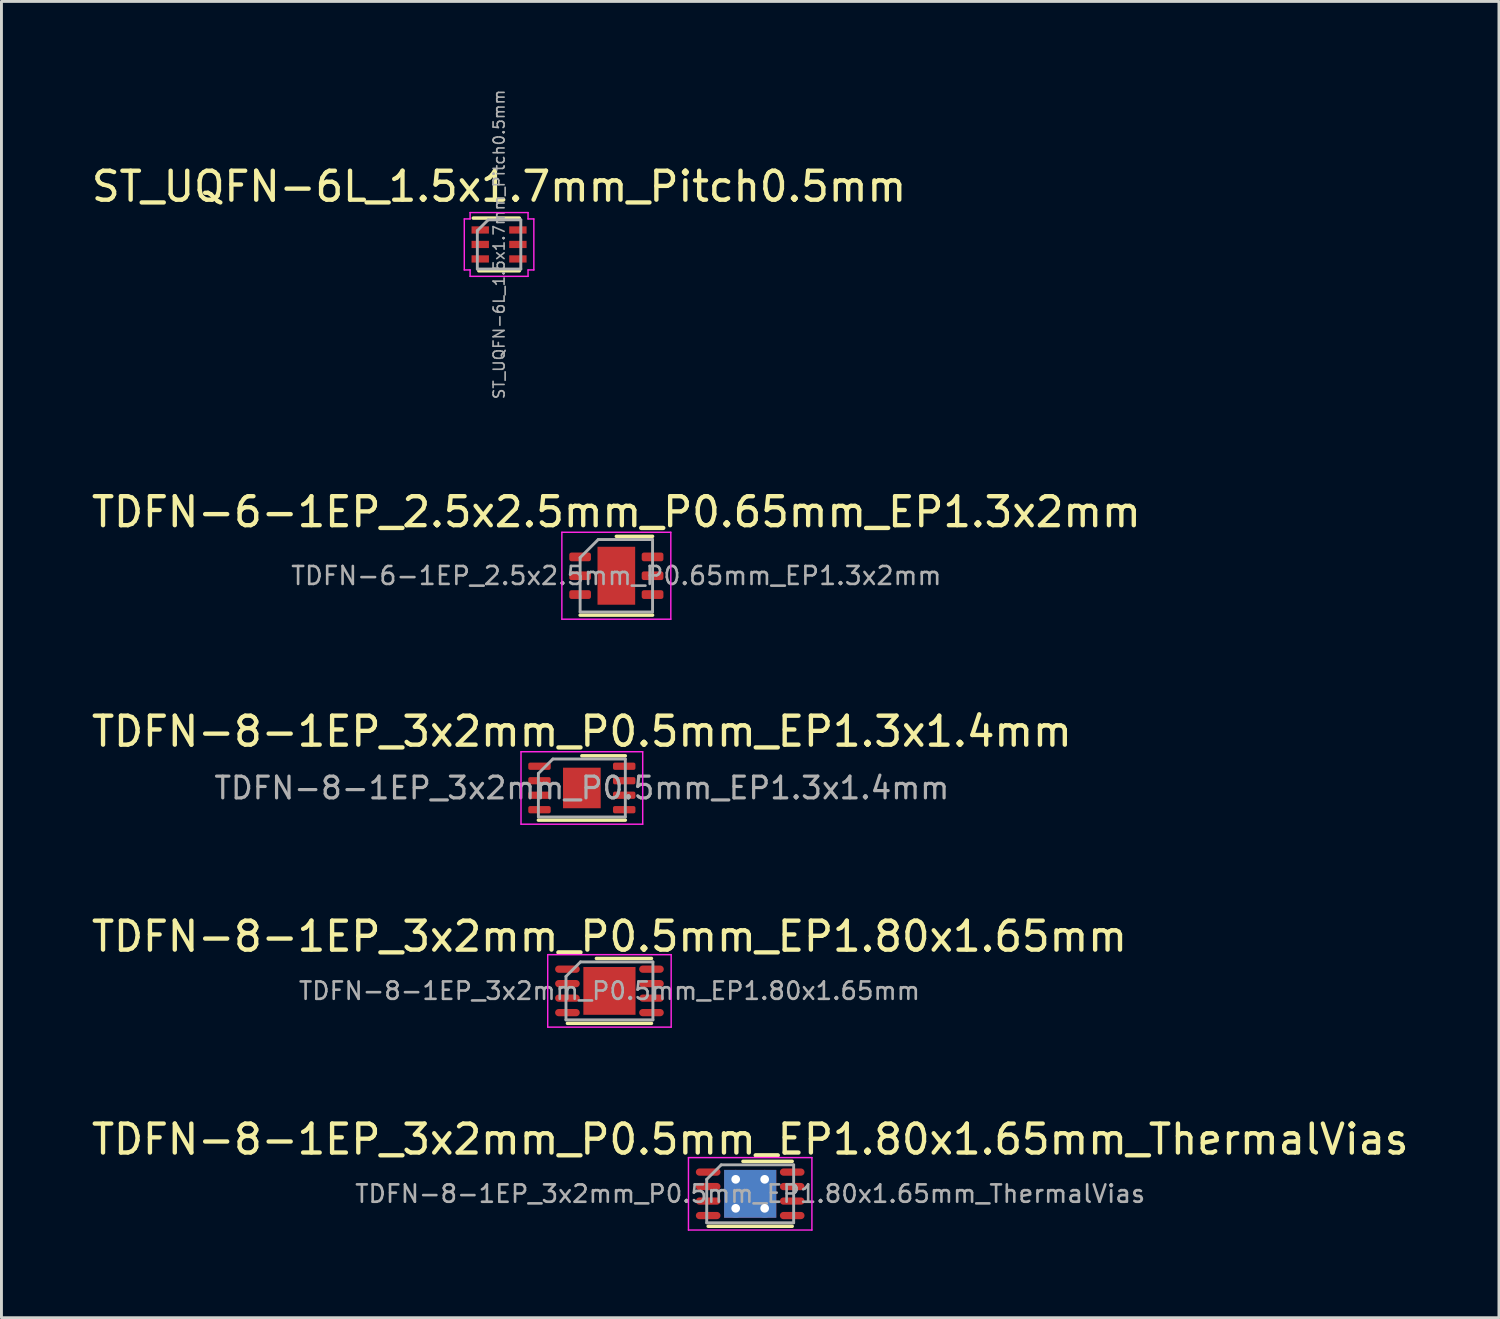
<source format=kicad_pcb>
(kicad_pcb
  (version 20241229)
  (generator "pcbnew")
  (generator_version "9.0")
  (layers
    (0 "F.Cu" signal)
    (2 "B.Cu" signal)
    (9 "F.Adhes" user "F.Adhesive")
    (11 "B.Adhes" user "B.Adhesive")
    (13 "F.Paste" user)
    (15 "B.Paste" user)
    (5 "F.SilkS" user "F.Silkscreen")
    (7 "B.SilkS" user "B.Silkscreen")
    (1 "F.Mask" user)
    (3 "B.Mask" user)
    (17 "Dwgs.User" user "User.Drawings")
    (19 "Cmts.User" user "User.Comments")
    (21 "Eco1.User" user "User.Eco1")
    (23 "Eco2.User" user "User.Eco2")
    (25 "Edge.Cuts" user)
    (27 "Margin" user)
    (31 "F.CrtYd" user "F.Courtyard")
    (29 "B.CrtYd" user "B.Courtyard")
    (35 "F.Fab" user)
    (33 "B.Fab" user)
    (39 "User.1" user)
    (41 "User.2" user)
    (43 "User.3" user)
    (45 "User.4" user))
  (footprint "TDFN-6-1EP_2.5x2.5mm_P0.65mm_EP1.3x2mm"
    (layer "F.Cu")
    (at 18.22 16.819)
    (property "Reference" "TDFN-6-1EP_2.5x2.5mm_P0.65mm_EP1.3x2mm" (at 0 -2.2 0) (layer "F.SilkS") (effects (font (size 1 1) (thickness 0.15))))
    (attr smd)
    (fp_line (start -1.25 1.36) (end 1.25 1.36) (stroke (width 0.12) (type solid)) (layer "F.SilkS"))
    (fp_line (start 0 -1.36) (end 1.25 -1.36) (stroke (width 0.12) (type solid)) (layer "F.SilkS"))
    (fp_line (start -1.88 -1.5) (end -1.88 1.5) (stroke (width 0.05) (type solid)) (layer "F.CrtYd"))
    (fp_line (start -1.88 1.5) (end 1.88 1.5) (stroke (width 0.05) (type solid)) (layer "F.CrtYd"))
    (fp_line (start 1.88 -1.5) (end -1.88 -1.5) (stroke (width 0.05) (type solid)) (layer "F.CrtYd"))
    (fp_line (start 1.88 1.5) (end 1.88 -1.5) (stroke (width 0.05) (type solid)) (layer "F.CrtYd"))
    (fp_line (start -1.25 -0.625) (end -0.625 -1.25) (stroke (width 0.1) (type solid)) (layer "F.Fab"))
    (fp_line (start -1.25 1.25) (end -1.25 -0.625) (stroke (width 0.1) (type solid)) (layer "F.Fab"))
    (fp_line (start -0.625 -1.25) (end 1.25 -1.25) (stroke (width 0.1) (type solid)) (layer "F.Fab"))
    (fp_line (start 1.25 -1.25) (end 1.25 1.25) (stroke (width 0.1) (type solid)) (layer "F.Fab"))
    (fp_line (start 1.25 1.25) (end -1.25 1.25) (stroke (width 0.1) (type solid)) (layer "F.Fab"))
    (fp_text user "${REFERENCE}" (at 0 0 0) (layer "F.Fab") (effects (font (size 0.62 0.62) (thickness 0.09))))
    (pad "" smd roundrect (at -0.325 -0.5) (size 0.52 0.81) (layers "F.Paste") (roundrect_rratio 0.25))
    (pad "" smd roundrect (at -0.325 0.5) (size 0.52 0.81) (layers "F.Paste") (roundrect_rratio 0.25))
    (pad "" smd roundrect (at 0.325 -0.5) (size 0.52 0.81) (layers "F.Paste") (roundrect_rratio 0.25))
    (pad "" smd roundrect (at 0.325 0.5) (size 0.52 0.81) (layers "F.Paste") (roundrect_rratio 0.25))
    (pad "1" smd roundrect (at -1.25 -0.65) (size 0.75 0.3) (layers "F.Cu" "F.Mask" "F.Paste") (roundrect_rratio 0.25))
    (pad "2" smd roundrect (at -1.25 0) (size 0.75 0.3) (layers "F.Cu" "F.Mask" "F.Paste") (roundrect_rratio 0.25))
    (pad "3" smd roundrect (at -1.25 0.65) (size 0.75 0.3) (layers "F.Cu" "F.Mask" "F.Paste") (roundrect_rratio 0.25))
    (pad "4" smd roundrect (at 1.25 0.65) (size 0.75 0.3) (layers "F.Cu" "F.Mask" "F.Paste") (roundrect_rratio 0.25))
    (pad "5" smd roundrect (at 1.25 0) (size 0.75 0.3) (layers "F.Cu" "F.Mask" "F.Paste") (roundrect_rratio 0.25))
    (pad "6" smd roundrect (at 1.25 -0.65) (size 0.75 0.3) (layers "F.Cu" "F.Mask" "F.Paste") (roundrect_rratio 0.25))
    (pad "7" smd rect (at 0 0) (size 1.3 2) (layers "F.Cu" "F.Mask")))
  (footprint "ST_UQFN-6L_1.5x1.7mm_Pitch0.5mm"
    (layer "F.Cu")
    (at 14.173 5.386)
    (property "Reference" "ST_UQFN-6L_1.5x1.7mm_Pitch0.5mm" (at 0 -2 0) (layer "F.SilkS") (effects (font (size 1 1) (thickness 0.15))))
    (attr smd)
    (fp_line (start 0.7 -0.91) (end -0.89 -0.91) (stroke (width 0.12) (type solid)) (layer "F.SilkS"))
    (fp_line (start 0.7 0.91) (end -0.7 0.91) (stroke (width 0.12) (type solid)) (layer "F.SilkS"))
    (fp_line (start -1.2 0.88) (end -1.2 -0.88) (stroke (width 0.05) (type solid)) (layer "F.CrtYd"))
    (fp_line (start -1 -1.1) (end -1 -0.88) (stroke (width 0.05) (type solid)) (layer "F.CrtYd"))
    (fp_line (start -1 -0.88) (end -1.2 -0.88) (stroke (width 0.05) (type solid)) (layer "F.CrtYd"))
    (fp_line (start -1 0.88) (end -1.2 0.88) (stroke (width 0.05) (type solid)) (layer "F.CrtYd"))
    (fp_line (start -1 1.1) (end -1 0.88) (stroke (width 0.05) (type solid)) (layer "F.CrtYd"))
    (fp_line (start 1 -1.1) (end -1 -1.1) (stroke (width 0.05) (type solid)) (layer "F.CrtYd"))
    (fp_line (start 1 -1.1) (end 1 -0.88) (stroke (width 0.05) (type solid)) (layer "F.CrtYd"))
    (fp_line (start 1 -0.88) (end 1.2 -0.88) (stroke (width 0.05) (type solid)) (layer "F.CrtYd"))
    (fp_line (start 1 0.88) (end 1.2 0.88) (stroke (width 0.05) (type solid)) (layer "F.CrtYd"))
    (fp_line (start 1 1.1) (end -1 1.1) (stroke (width 0.05) (type solid)) (layer "F.CrtYd"))
    (fp_line (start 1 1.1) (end 1 0.88) (stroke (width 0.05) (type solid)) (layer "F.CrtYd"))
    (fp_line (start 1.2 0.88) (end 1.2 -0.88) (stroke (width 0.05) (type solid)) (layer "F.CrtYd"))
    (fp_line (start -0.75 0.85) (end -0.75 -0.475) (stroke (width 0.1) (type solid)) (layer "F.Fab"))
    (fp_line (start -0.375 -0.85) (end -0.75 -0.475) (stroke (width 0.1) (type solid)) (layer "F.Fab"))
    (fp_line (start 0.75 -0.85) (end -0.375 -0.85) (stroke (width 0.1) (type solid)) (layer "F.Fab"))
    (fp_line (start 0.75 -0.85) (end 0.75 0.85) (stroke (width 0.1) (type solid)) (layer "F.Fab"))
    (fp_line (start 0.75 0.85) (end -0.75 0.85) (stroke (width 0.1) (type solid)) (layer "F.Fab"))
    (fp_text user "${REFERENCE}" (at 0 0 90) (layer "F.Fab") (effects (font (size 0.38 0.38) (thickness 0.057))))
    (pad "1" smd rect (at -0.65 -0.5) (size 0.6 0.25) (layers "F.Cu" "F.Mask" "F.Paste"))
    (pad "2" smd rect (at -0.65 0) (size 0.6 0.25) (layers "F.Cu" "F.Mask" "F.Paste"))
    (pad "3" smd rect (at -0.65 0.5) (size 0.6 0.25) (layers "F.Cu" "F.Mask" "F.Paste"))
    (pad "4" smd rect (at 0.65 0.5) (size 0.6 0.25) (layers "F.Cu" "F.Mask" "F.Paste"))
    (pad "5" smd rect (at 0.65 0) (size 0.6 0.25) (layers "F.Cu" "F.Mask" "F.Paste"))
    (pad "6" smd rect (at 0.65 -0.5) (size 0.6 0.25) (layers "F.Cu" "F.Mask" "F.Paste")))
  (footprint "TDFN-8-1EP_3x2mm_P0.5mm_EP1.80x1.65mm_ThermalVias"
    (layer "F.Cu")
    (at 22.839 38.149)
    (property "Reference" "TDFN-8-1EP_3x2mm_P0.5mm_EP1.80x1.65mm_ThermalVias" (at 0 -1.88 0) (layer "F.SilkS") (effects (font (size 1 1) (thickness 0.15))))
    (attr smd)
    (fp_line (start -1.45 1.12) (end 1.45 1.12) (stroke (width 0.12) (type solid)) (layer "F.SilkS"))
    (fp_line (start -0.25 -1.12) (end 1.45 -1.12) (stroke (width 0.12) (type solid)) (layer "F.SilkS"))
    (fp_line (start -2.13 -1.25) (end -2.13 1.25) (stroke (width 0.05) (type solid)) (layer "F.CrtYd"))
    (fp_line (start -2.13 1.25) (end 2.13 1.25) (stroke (width 0.05) (type solid)) (layer "F.CrtYd"))
    (fp_line (start 2.13 -1.25) (end -2.13 -1.25) (stroke (width 0.05) (type solid)) (layer "F.CrtYd"))
    (fp_line (start 2.13 1.25) (end 2.13 -1.25) (stroke (width 0.05) (type solid)) (layer "F.CrtYd"))
    (fp_line (start -1.5 -0.5) (end -1.5 1) (stroke (width 0.1) (type solid)) (layer "F.Fab"))
    (fp_line (start -1.5 1) (end 1.5 1) (stroke (width 0.1) (type solid)) (layer "F.Fab"))
    (fp_line (start -1 -1) (end -1.5 -0.5) (stroke (width 0.1) (type solid)) (layer "F.Fab"))
    (fp_line (start 1.5 -1) (end -1 -1) (stroke (width 0.1) (type solid)) (layer "F.Fab"))
    (fp_line (start 1.5 1) (end 1.5 -1) (stroke (width 0.1) (type solid)) (layer "F.Fab"))
    (fp_text user "${REFERENCE}" (at 0 0 0) (layer "F.Fab") (effects (font (size 0.6 0.6) (thickness 0.09))))
    (pad "" smd rect (at 0 -0.5) (size 0.7 0.65) (layers "F.Paste"))
    (pad "" smd rect (at 0 0) (size 1.8 0.7) (layers "F.Paste"))
    (pad "" smd rect (at 0 0.5) (size 0.7 0.65) (layers "F.Paste"))
    (pad "1" smd oval (at -1.45 -0.75) (size 0.85 0.25) (layers "F.Cu" "F.Mask" "F.Paste"))
    (pad "2" smd oval (at -1.45 -0.25) (size 0.85 0.25) (layers "F.Cu" "F.Mask" "F.Paste"))
    (pad "3" smd oval (at -1.45 0.25) (size 0.85 0.25) (layers "F.Cu" "F.Mask" "F.Paste"))
    (pad "4" smd oval (at -1.45 0.75) (size 0.85 0.25) (layers "F.Cu" "F.Mask" "F.Paste"))
    (pad "5" smd oval (at 1.45 0.75) (size 0.85 0.25) (layers "F.Cu" "F.Mask" "F.Paste"))
    (pad "6" smd oval (at 1.45 0.25) (size 0.85 0.25) (layers "F.Cu" "F.Mask" "F.Paste"))
    (pad "7" smd oval (at 1.45 -0.25) (size 0.85 0.25) (layers "F.Cu" "F.Mask" "F.Paste"))
    (pad "8" smd oval (at 1.45 -0.75) (size 0.85 0.25) (layers "F.Cu" "F.Mask" "F.Paste"))
    (pad "9" thru_hole circle (at -0.5 -0.5) (size 0.65 0.65) (drill 0.3) (layers "*.Cu"))
    (pad "9" thru_hole circle (at -0.5 0.5) (size 0.65 0.65) (drill 0.3) (layers "*.Cu"))
    (pad "9" smd rect (at 0 0) (size 1.8 1.65) (layers "F.Cu" "F.Mask"))
    (pad "9" smd rect (at 0 0) (size 1.8 1.65) (layers "B.Cu"))
    (pad "9" thru_hole circle (at 0.5 -0.5) (size 0.65 0.65) (drill 0.3) (layers "*.Cu"))
    (pad "9" thru_hole circle (at 0.5 0.5) (size 0.65 0.65) (drill 0.3) (layers "*.Cu")))
  (footprint "TDFN-8-1EP_3x2mm_P0.5mm_EP1.3x1.4mm"
    (layer "F.Cu")
    (at 17.03 24.143)
    (property "Reference" "TDFN-8-1EP_3x2mm_P0.5mm_EP1.3x1.4mm" (at 0 -1.95 0) (layer "F.SilkS") (effects (font (size 1 1) (thickness 0.15))))
    (attr smd)
    (fp_line (start -1.5 1.11) (end 1.5 1.11) (stroke (width 0.12) (type solid)) (layer "F.SilkS"))
    (fp_line (start 0 -1.11) (end 1.5 -1.11) (stroke (width 0.12) (type solid)) (layer "F.SilkS"))
    (fp_line (start -2.1 -1.25) (end -2.1 1.25) (stroke (width 0.05) (type solid)) (layer "F.CrtYd"))
    (fp_line (start -2.1 1.25) (end 2.1 1.25) (stroke (width 0.05) (type solid)) (layer "F.CrtYd"))
    (fp_line (start 2.1 -1.25) (end -2.1 -1.25) (stroke (width 0.05) (type solid)) (layer "F.CrtYd"))
    (fp_line (start 2.1 1.25) (end 2.1 -1.25) (stroke (width 0.05) (type solid)) (layer "F.CrtYd"))
    (fp_line (start -1.5 -0.5) (end -1 -1) (stroke (width 0.1) (type solid)) (layer "F.Fab"))
    (fp_line (start -1.5 1) (end -1.5 -0.5) (stroke (width 0.1) (type solid)) (layer "F.Fab"))
    (fp_line (start -1 -1) (end 1.5 -1) (stroke (width 0.1) (type solid)) (layer "F.Fab"))
    (fp_line (start 1.5 -1) (end 1.5 1) (stroke (width 0.1) (type solid)) (layer "F.Fab"))
    (fp_line (start 1.5 1) (end -1.5 1) (stroke (width 0.1) (type solid)) (layer "F.Fab"))
    (fp_text user "${REFERENCE}" (at 0 0 0) (layer "F.Fab") (effects (font (size 0.75 0.75) (thickness 0.11))))
    (pad "" smd roundrect (at -0.325 -0.35) (size 0.52 0.56) (layers "F.Paste") (roundrect_rratio 0.25))
    (pad "" smd roundrect (at -0.325 0.35) (size 0.52 0.56) (layers "F.Paste") (roundrect_rratio 0.25))
    (pad "" smd roundrect (at 0.325 -0.35) (size 0.52 0.56) (layers "F.Paste") (roundrect_rratio 0.25))
    (pad "" smd roundrect (at 0.325 0.35) (size 0.52 0.56) (layers "F.Paste") (roundrect_rratio 0.25))
    (pad "1" smd roundrect (at -1.462 -0.75) (size 0.775 0.25) (layers "F.Cu" "F.Mask" "F.Paste") (roundrect_rratio 0.25))
    (pad "2" smd roundrect (at -1.462 -0.25) (size 0.775 0.25) (layers "F.Cu" "F.Mask" "F.Paste") (roundrect_rratio 0.25))
    (pad "3" smd roundrect (at -1.462 0.25) (size 0.775 0.25) (layers "F.Cu" "F.Mask" "F.Paste") (roundrect_rratio 0.25))
    (pad "4" smd roundrect (at -1.462 0.75) (size 0.775 0.25) (layers "F.Cu" "F.Mask" "F.Paste") (roundrect_rratio 0.25))
    (pad "5" smd roundrect (at 1.462 0.75) (size 0.775 0.25) (layers "F.Cu" "F.Mask" "F.Paste") (roundrect_rratio 0.25))
    (pad "6" smd roundrect (at 1.462 0.25) (size 0.775 0.25) (layers "F.Cu" "F.Mask" "F.Paste") (roundrect_rratio 0.25))
    (pad "7" smd roundrect (at 1.462 -0.25) (size 0.775 0.25) (layers "F.Cu" "F.Mask" "F.Paste") (roundrect_rratio 0.25))
    (pad "8" smd roundrect (at 1.462 -0.75) (size 0.775 0.25) (layers "F.Cu" "F.Mask" "F.Paste") (roundrect_rratio 0.25))
    (pad "9" smd rect (at 0 0) (size 1.3 1.4) (layers "F.Cu" "F.Mask")))
  (footprint "TDFN-8-1EP_3x2mm_P0.5mm_EP1.80x1.65mm"
    (layer "F.Cu")
    (at 17.982 31.146)
    (property "Reference" "TDFN-8-1EP_3x2mm_P0.5mm_EP1.80x1.65mm" (at 0 -1.88 0) (layer "F.SilkS") (effects (font (size 1 1) (thickness 0.15))))
    (attr smd)
    (fp_line (start -1.45 1.12) (end 1.45 1.12) (stroke (width 0.12) (type solid)) (layer "F.SilkS"))
    (fp_line (start -0.45 -1.12) (end 1.45 -1.12) (stroke (width 0.12) (type solid)) (layer "F.SilkS"))
    (fp_line (start -2.13 -1.25) (end -2.13 1.25) (stroke (width 0.05) (type solid)) (layer "F.CrtYd"))
    (fp_line (start -2.13 1.25) (end 2.13 1.25) (stroke (width 0.05) (type solid)) (layer "F.CrtYd"))
    (fp_line (start 2.13 -1.25) (end -2.13 -1.25) (stroke (width 0.05) (type solid)) (layer "F.CrtYd"))
    (fp_line (start 2.13 1.25) (end 2.13 -1.25) (stroke (width 0.05) (type solid)) (layer "F.CrtYd"))
    (fp_line (start -1.5 -0.5) (end -1.5 1) (stroke (width 0.1) (type solid)) (layer "F.Fab"))
    (fp_line (start -1.5 1) (end 1.5 1) (stroke (width 0.1) (type solid)) (layer "F.Fab"))
    (fp_line (start -1 -1) (end -1.5 -0.5) (stroke (width 0.1) (type solid)) (layer "F.Fab"))
    (fp_line (start 1.5 -1) (end -1 -1) (stroke (width 0.1) (type solid)) (layer "F.Fab"))
    (fp_line (start 1.5 1) (end 1.5 -1) (stroke (width 0.1) (type solid)) (layer "F.Fab"))
    (fp_text user "${REFERENCE}" (at 0 0 0) (layer "F.Fab") (effects (font (size 0.6 0.6) (thickness 0.09))))
    (pad "" smd rect (at 0 -0.5) (size 0.7 0.65) (layers "F.Paste"))
    (pad "" smd rect (at 0 0) (size 1.8 0.7) (layers "F.Paste"))
    (pad "" smd rect (at 0 0.5) (size 0.7 0.65) (layers "F.Paste"))
    (pad "1" smd oval (at -1.45 -0.75) (size 0.85 0.25) (layers "F.Cu" "F.Mask" "F.Paste"))
    (pad "2" smd oval (at -1.45 -0.25) (size 0.85 0.25) (layers "F.Cu" "F.Mask" "F.Paste"))
    (pad "3" smd oval (at -1.45 0.25) (size 0.85 0.25) (layers "F.Cu" "F.Mask" "F.Paste"))
    (pad "4" smd oval (at -1.45 0.75) (size 0.85 0.25) (layers "F.Cu" "F.Mask" "F.Paste"))
    (pad "5" smd oval (at 1.45 0.75) (size 0.85 0.25) (layers "F.Cu" "F.Mask" "F.Paste"))
    (pad "6" smd oval (at 1.45 0.25) (size 0.85 0.25) (layers "F.Cu" "F.Mask" "F.Paste"))
    (pad "7" smd oval (at 1.45 -0.25) (size 0.85 0.25) (layers "F.Cu" "F.Mask" "F.Paste"))
    (pad "8" smd oval (at 1.45 -0.75) (size 0.85 0.25) (layers "F.Cu" "F.Mask" "F.Paste"))
    (pad "9" smd rect (at 0 0) (size 1.8 1.65) (layers "F.Cu" "F.Mask")))
  (gr_rect
    (start -3 -3)
    (end 48.679 42.424)
    (stroke (width 0.1) (type default))
    (fill no)
    (layer "Edge.Cuts")))
</source>
